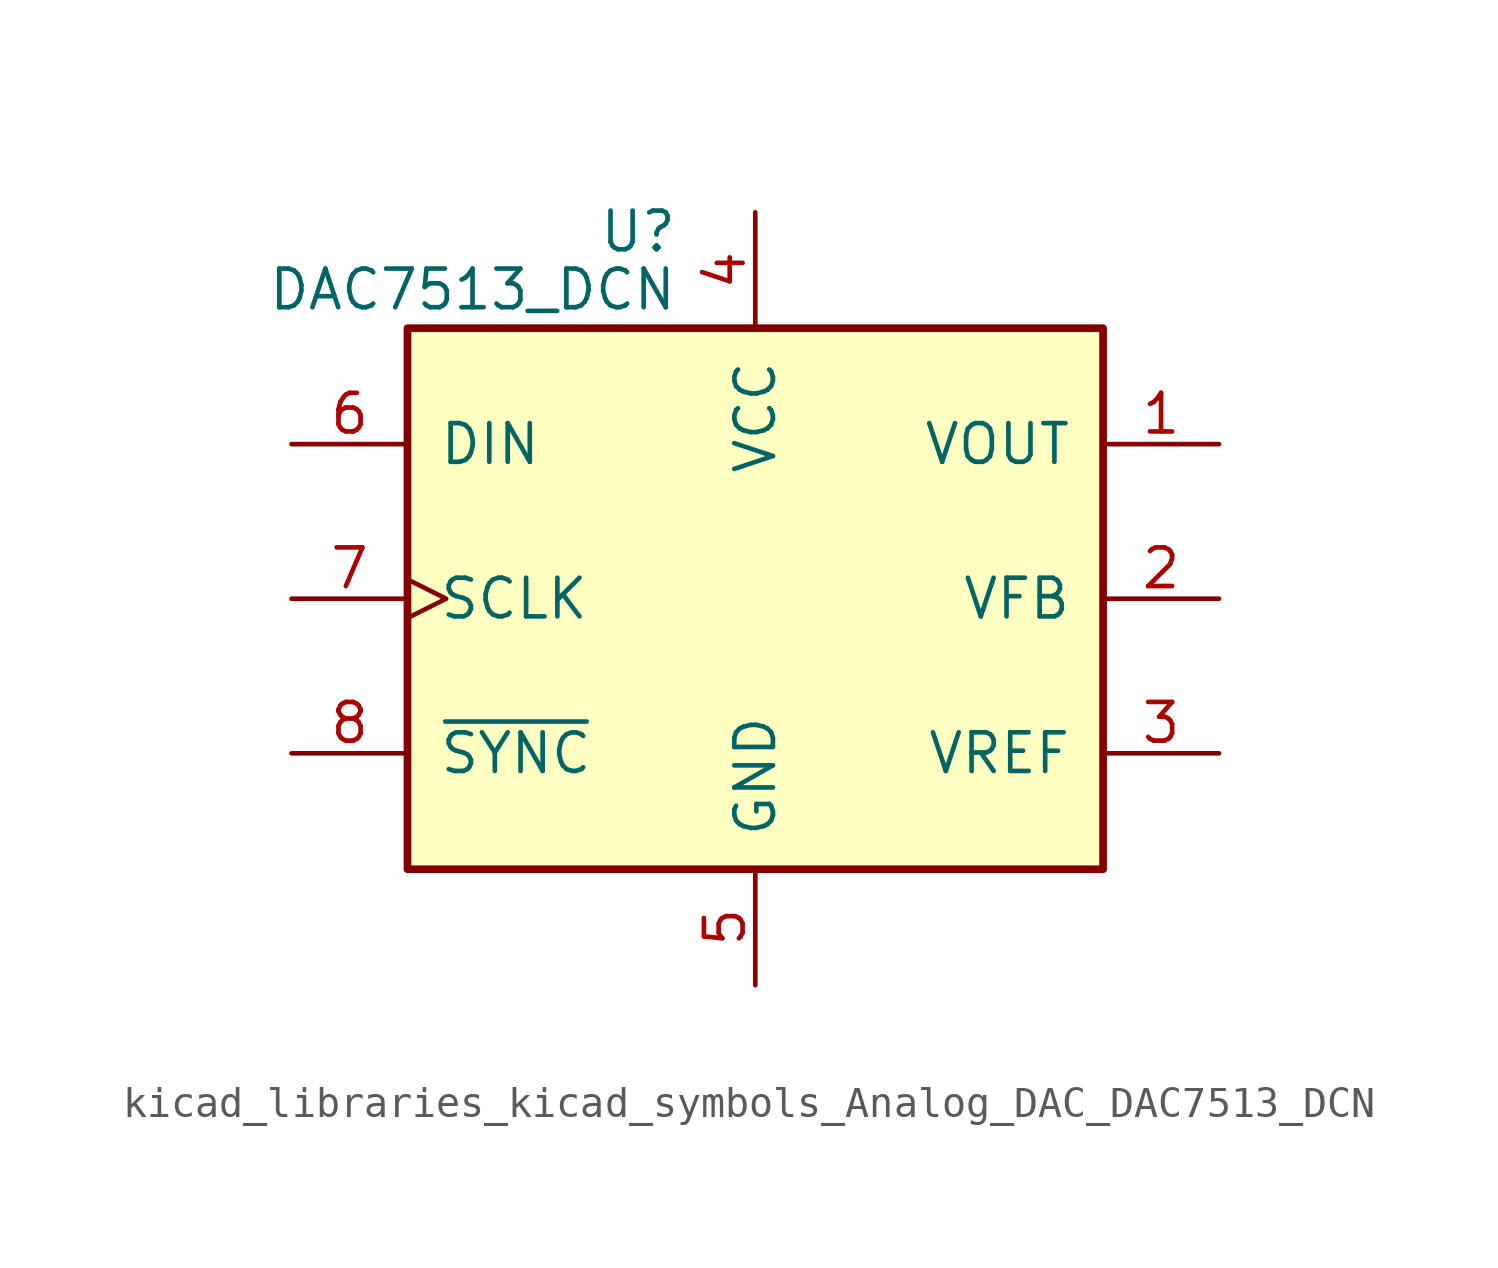
<source format=kicad_sym>
(kicad_symbol_lib
  (version 20220914)
  (generator kicad_symbol_editor)
  (symbol "kicad_libraries_kicad_symbols_Analog_DAC_DAC7513_DCN"
    (pin_names
      (offset 1.016))
    (property "Reference" "U"
      (at -2.54 12.065 0)
      (effects (font (size 1.27 1.27)) (justify right)))
    (property "Value" "DAC7513_DCN"
      (at -2.54 10.16 0)
      (effects (font (size 1.27 1.27)) (justify right)))
    (symbol "kicad_libraries_kicad_symbols_Analog_DAC_DAC7513_DCN_0_1"
      (rectangle (start -11.43 8.89) (end 11.43 -8.89) (stroke (width 0.254) (type default)) (fill (type background))))
    (symbol "kicad_libraries_kicad_symbols_Analog_DAC_DAC7513_DCN_1_1"
      (pin output line (at 15.24 5.08 180) (length 3.81) (name "VOUT" (effects (font (size 1.27 1.27)))) (number "1" (effects (font (size 1.27 1.27)))))
      (pin input line (at 15.24 0 180) (length 3.81) (name "VFB" (effects (font (size 1.27 1.27)))) (number "2" (effects (font (size 1.27 1.27)))))
      (pin input line (at 15.24 -5.08 180) (length 3.81) (name "VREF" (effects (font (size 1.27 1.27)))) (number "3" (effects (font (size 1.27 1.27)))))
      (pin power_in line (at 0 12.7 270) (length 3.81) (name "VCC" (effects (font (size 1.27 1.27)))) (number "4" (effects (font (size 1.27 1.27)))))
      (pin power_in line (at 0 -12.7 90) (length 3.81) (name "GND" (effects (font (size 1.27 1.27)))) (number "5" (effects (font (size 1.27 1.27)))))
      (pin input line (at -15.24 5.08 0) (length 3.81) (name "DIN" (effects (font (size 1.27 1.27)))) (number "6" (effects (font (size 1.27 1.27)))))
      (pin input clock (at -15.24 0 0) (length 3.81) (name "SCLK" (effects (font (size 1.27 1.27)))) (number "7" (effects (font (size 1.27 1.27)))))
      (pin input line (at -15.24 -5.08 0) (length 3.81) (name "~{SYNC}" (effects (font (size 1.27 1.27)))) (number "8" (effects (font (size 1.27 1.27))))))))
</source>
